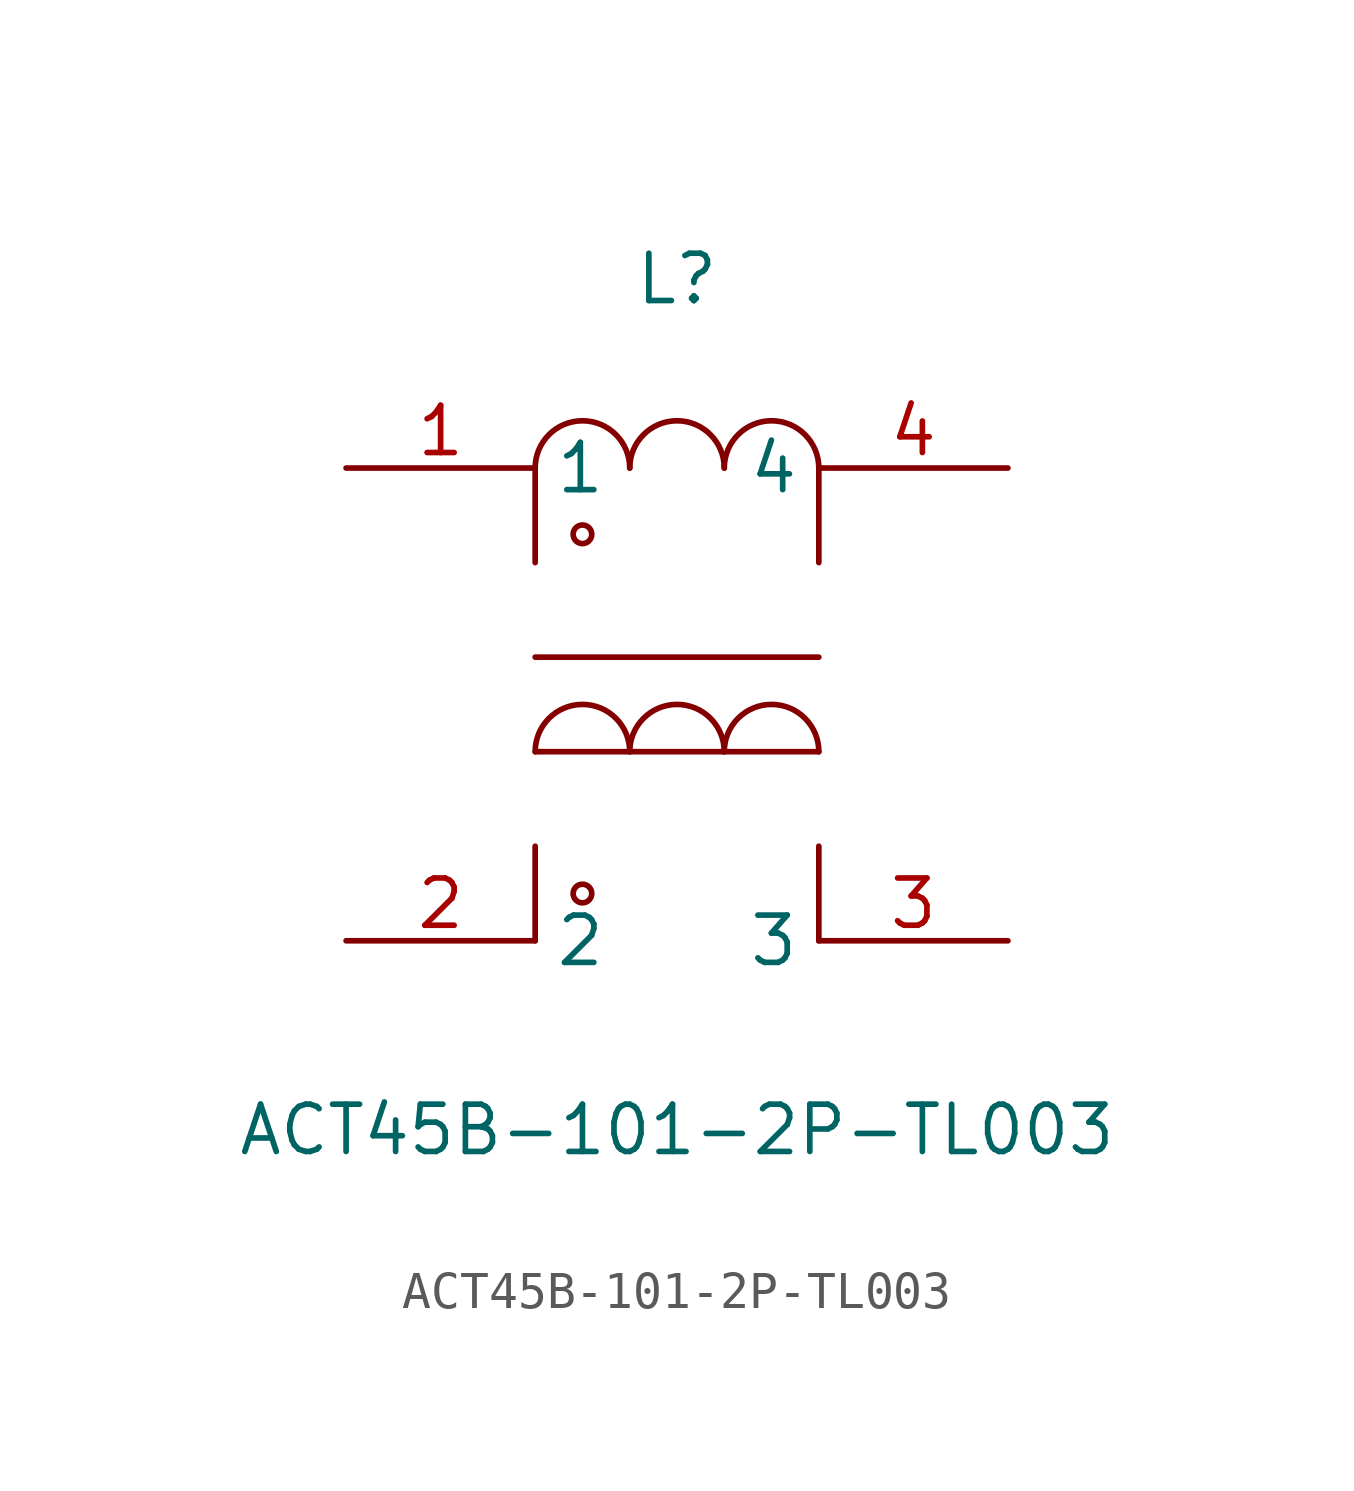
<source format=kicad_sym>
(kicad_symbol_lib
  (version 20211014)
  (generator https://github.com/uPesy/easyeda2kicad.py)
  (symbol "ACT45B-101-2P-TL003"
    (property "Reference" "L"
      (at 0 10.16 0)
      (effects (font (size 1.27 1.27))))
    (property "Value" "ACT45B-101-2P-TL003"
      (at 0 -12.70 0)
      (effects (font (size 1.27 1.27))))
    (symbol "ACT45B-101-2P-TL003_0_1"
      (circle (center -2.54 -6.35) (radius 0.25) (stroke (width 0) (type default) (color 0 0 0 0)) (fill (type none)))
      (circle (center -2.54 3.30) (radius 0.25) (stroke (width 0) (type default) (color 0 0 0 0)) (fill (type none)))
      (arc (start -3.81 5.08) (mid -2.27 6.32) (end -1.27 5.08) (stroke (width 0) (type default) (color 0 0 0 0)) (fill (type none)))
      (arc (start -1.27 5.08) (mid 0.27 6.32) (end 1.27 5.08) (stroke (width 0) (type default) (color 0 0 0 0)) (fill (type none)))
      (arc (start 1.27 5.08) (mid 2.81 6.32) (end 3.81 5.08) (stroke (width 0) (type default) (color 0 0 0 0)) (fill (type none)))
      (arc (start 3.81 -2.54) (mid 2.81 -1.30) (end 1.27 -2.54) (stroke (width 0) (type default) (color 0 0 0 0)) (fill (type none)))
      (arc (start 1.27 -2.54) (mid 0.27 -1.30) (end -1.27 -2.54) (stroke (width 0) (type default) (color 0 0 0 0)) (fill (type none)))
      (arc (start -1.27 -2.54) (mid -2.27 -1.30) (end -3.81 -2.54) (stroke (width 0) (type default) (color 0 0 0 0)) (fill (type none)))
      (polyline (pts (xy -3.81 -7.62) (xy -3.81 -5.08)) (stroke (width 0) (type default) (color 0 0 0 0)) (fill (type none)))
      (polyline (pts (xy 3.81 -7.62) (xy 3.81 -5.08)) (stroke (width 0) (type default) (color 0 0 0 0)) (fill (type none)))
      (polyline (pts (xy 3.81 5.08) (xy 3.81 2.54)) (stroke (width 0) (type default) (color 0 0 0 0)) (fill (type none)))
      (polyline (pts (xy -3.81 5.08) (xy -3.81 2.54)) (stroke (width 0) (type default) (color 0 0 0 0)) (fill (type none)))
      (polyline (pts (xy -3.81 -2.54) (xy 3.81 -2.54)) (stroke (width 0) (type default) (color 0 0 0 0)) (fill (type none)))
      (polyline (pts (xy -3.81 -0.00) (xy 3.81 -0.00)) (stroke (width 0) (type default) (color 0 0 0 0)) (fill (type none)))
      (pin unspecified line (at -8.89 5.08 0) (length 5.08) (name "1" (effects (font (size 1.27 1.27)))) (number "1" (effects (font (size 1.27 1.27)))))
      (pin unspecified line (at -8.89 -7.62 0) (length 5.08) (name "2" (effects (font (size 1.27 1.27)))) (number "2" (effects (font (size 1.27 1.27)))))
      (pin unspecified line (at 8.89 -7.62 180) (length 5.08) (name "3" (effects (font (size 1.27 1.27)))) (number "3" (effects (font (size 1.27 1.27)))))
      (pin unspecified line (at 8.89 5.08 180) (length 5.08) (name "4" (effects (font (size 1.27 1.27)))) (number "4" (effects (font (size 1.27 1.27))))))))
</source>
